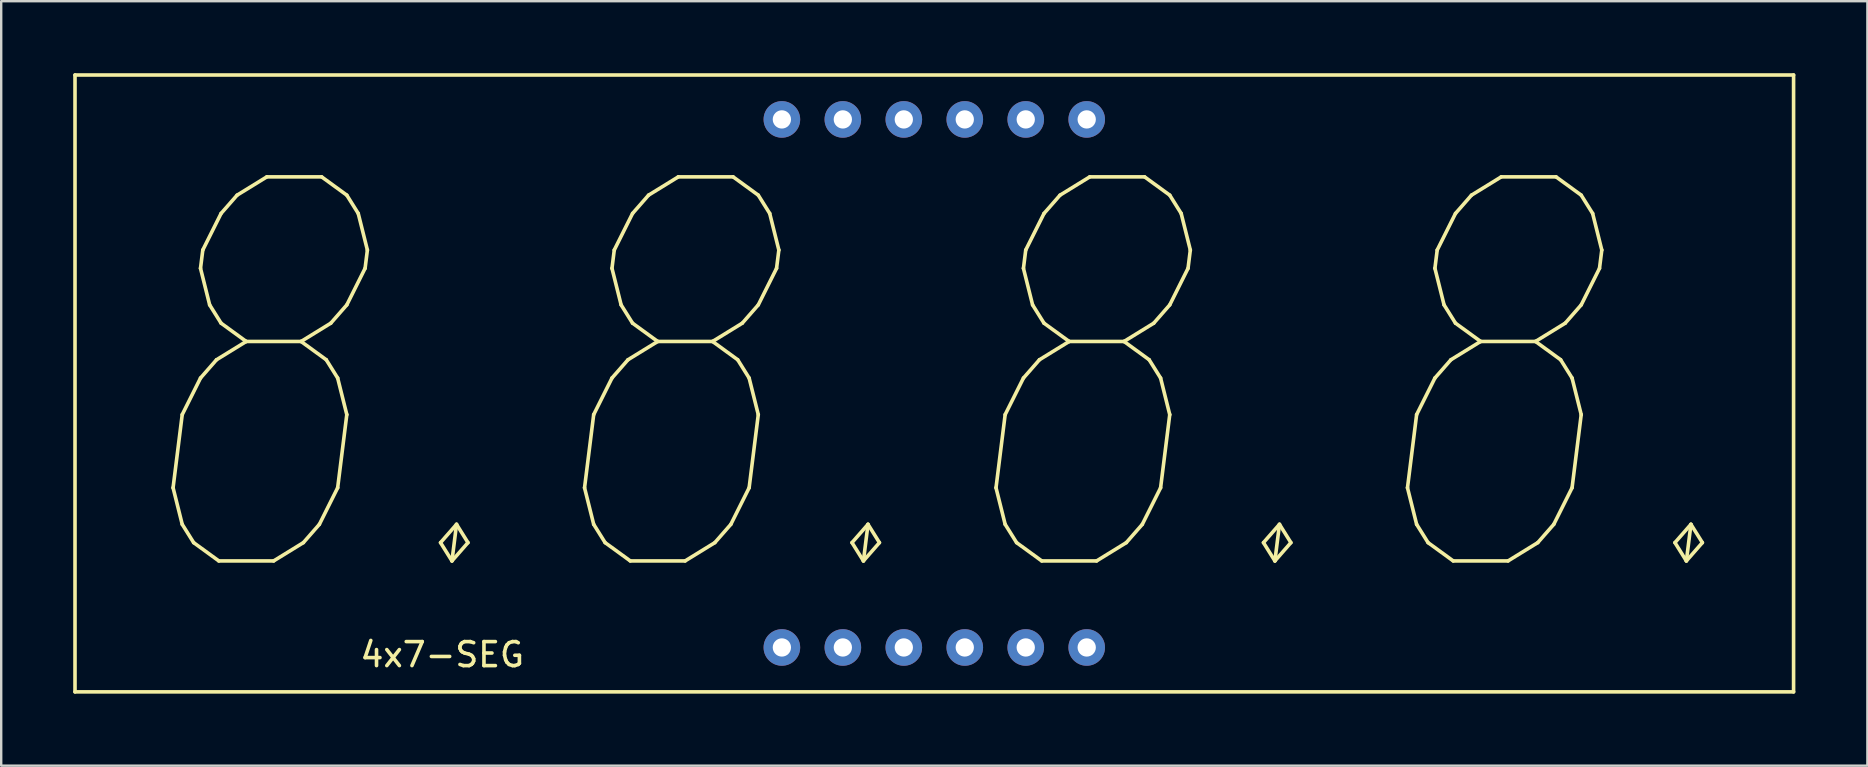
<source format=kicad_pcb>
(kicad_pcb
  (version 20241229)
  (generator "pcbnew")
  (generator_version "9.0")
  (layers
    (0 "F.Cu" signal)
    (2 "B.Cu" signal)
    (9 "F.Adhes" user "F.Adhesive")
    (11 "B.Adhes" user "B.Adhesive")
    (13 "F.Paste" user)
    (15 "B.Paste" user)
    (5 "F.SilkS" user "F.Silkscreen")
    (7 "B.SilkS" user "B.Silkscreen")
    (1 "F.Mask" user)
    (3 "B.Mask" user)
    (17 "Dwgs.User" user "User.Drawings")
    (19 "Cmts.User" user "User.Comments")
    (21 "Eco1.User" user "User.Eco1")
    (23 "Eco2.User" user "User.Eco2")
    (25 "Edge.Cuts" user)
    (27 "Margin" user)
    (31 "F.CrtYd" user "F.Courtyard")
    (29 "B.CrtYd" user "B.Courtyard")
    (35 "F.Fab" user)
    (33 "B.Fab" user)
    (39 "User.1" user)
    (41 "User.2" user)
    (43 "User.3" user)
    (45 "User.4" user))
  (footprint "4x7-SEG"
    (layer "F.Cu")
    (at 35.875 12.925)
    (property "Reference" "4x7-SEG" (at -20.5 11.3 0) (layer "F.SilkS") (effects (font (size 1 1) (thickness 0.15))))
    (attr through_hole)
    (fp_line (start -35.8 -12.85) (end -35.8 12.85) (stroke (width 0.15) (type solid)) (layer "F.SilkS"))
    (fp_line (start -35.8 12.85) (end 35.8 12.85) (stroke (width 0.15) (type solid)) (layer "F.SilkS"))
    (fp_line (start 35.8 -12.85) (end -35.8 -12.85) (stroke (width 0.15) (type solid)) (layer "F.SilkS"))
    (fp_line (start 35.8 12.85) (end 35.8 -12.85) (stroke (width 0.15) (type solid)) (layer "F.SilkS"))
    (fp_text user "8.8.8.8." (at 0 0 0) (layer "F.SilkS") (effects (font (size 16 12) (thickness 0.15) (italic yes))))
    (pad "1" thru_hole circle (at -6.35 11) (size 1.524 1.524) (drill 0.762) (layers "*.Cu" "*.Mask"))
    (pad "2" thru_hole circle (at -3.81 11) (size 1.524 1.524) (drill 0.762) (layers "*.Cu" "*.Mask"))
    (pad "3" thru_hole circle (at -1.27 11) (size 1.524 1.524) (drill 0.762) (layers "*.Cu" "*.Mask"))
    (pad "4" thru_hole circle (at 1.27 11) (size 1.524 1.524) (drill 0.762) (layers "*.Cu" "*.Mask"))
    (pad "5" thru_hole circle (at 3.81 11) (size 1.524 1.524) (drill 0.762) (layers "*.Cu" "*.Mask"))
    (pad "6" thru_hole circle (at 6.35 11) (size 1.524 1.524) (drill 0.762) (layers "*.Cu" "*.Mask"))
    (pad "7" thru_hole circle (at 6.35 -11) (size 1.524 1.524) (drill 0.762) (layers "*.Cu" "*.Mask"))
    (pad "8" thru_hole circle (at 3.81 -11) (size 1.524 1.524) (drill 0.762) (layers "*.Cu" "*.Mask"))
    (pad "9" thru_hole circle (at 1.27 -11) (size 1.524 1.524) (drill 0.762) (layers "*.Cu" "*.Mask"))
    (pad "10" thru_hole circle (at -1.27 -11) (size 1.524 1.524) (drill 0.762) (layers "*.Cu" "*.Mask"))
    (pad "11" thru_hole circle (at -3.81 -11) (size 1.524 1.524) (drill 0.762) (layers "*.Cu" "*.Mask"))
    (pad "12" thru_hole circle (at -6.35 -11) (size 1.524 1.524) (drill 0.762) (layers "*.Cu" "*.Mask")))
  (gr_rect
    (start -3 -3)
    (end 74.75 28.85)
    (stroke (width 0.1) (type default))
    (fill no)
    (layer "Edge.Cuts")))
</source>
